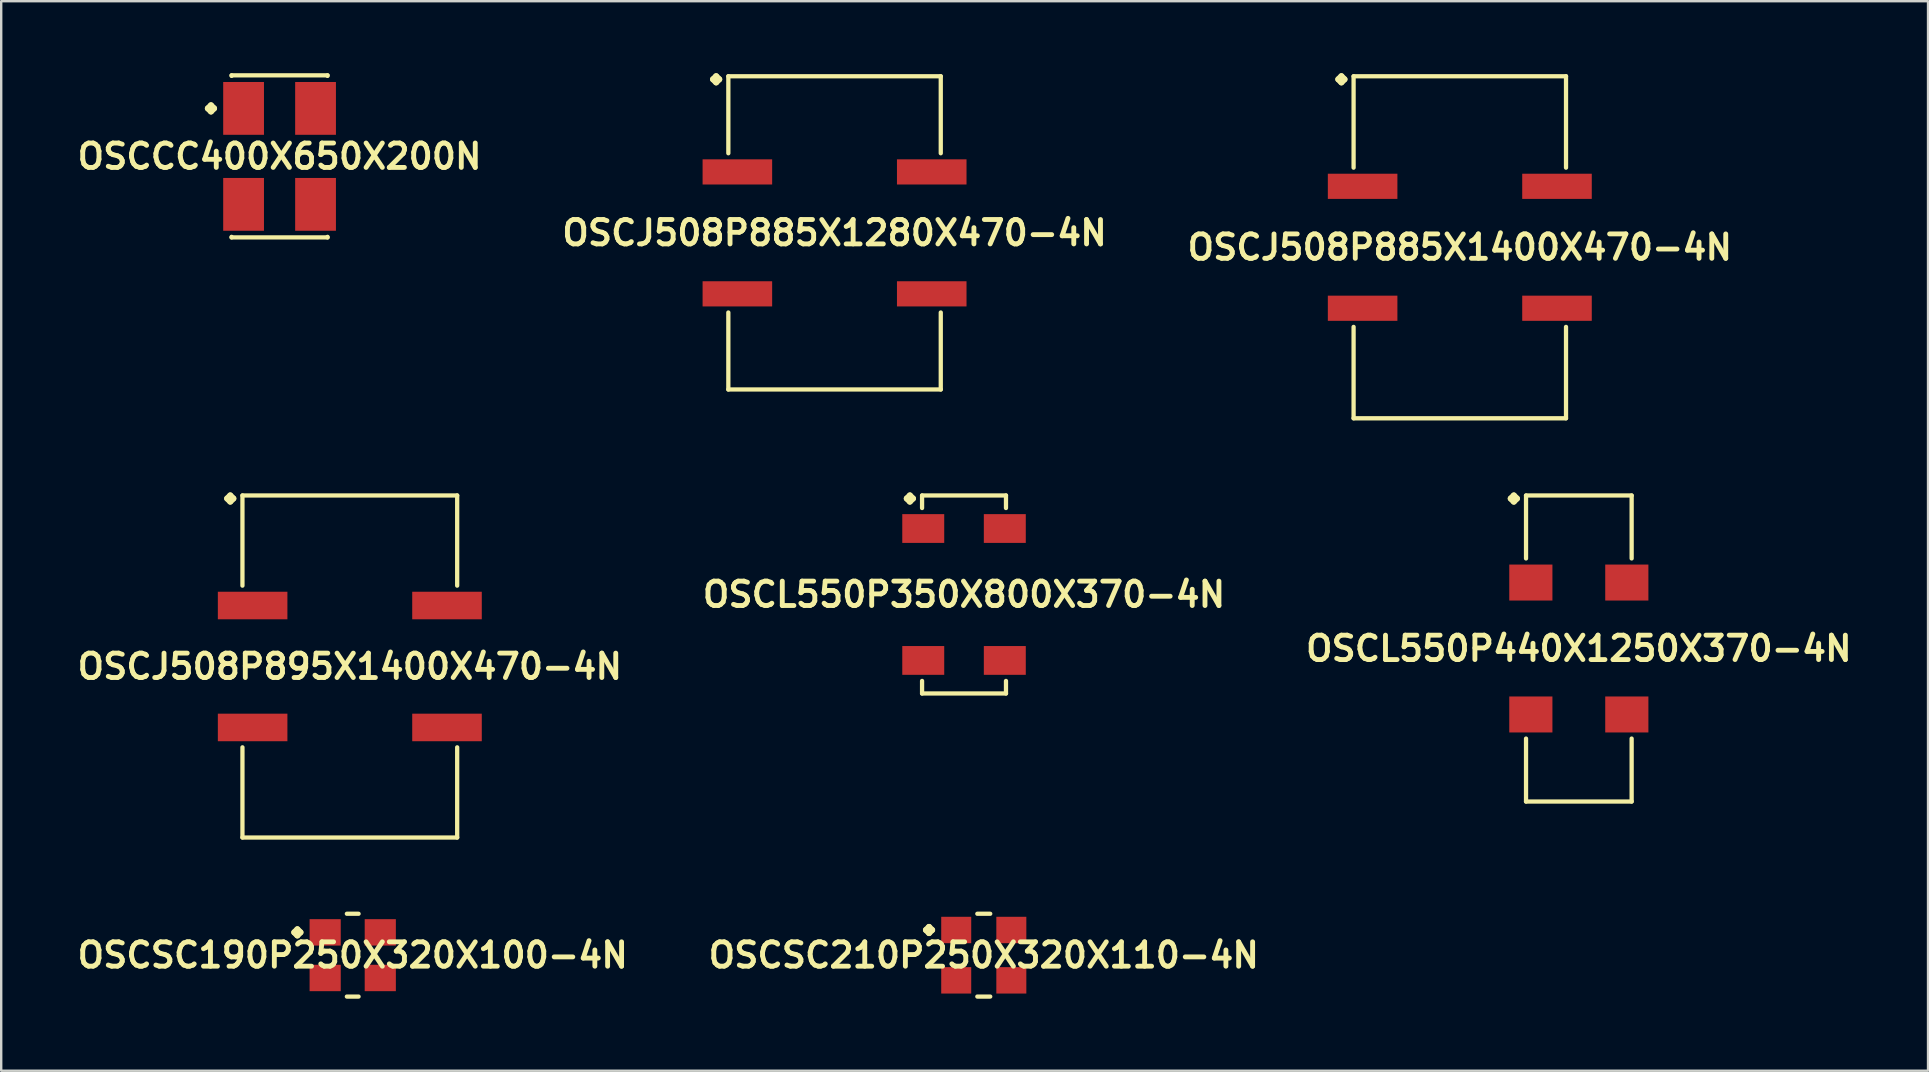
<source format=kicad_pcb>
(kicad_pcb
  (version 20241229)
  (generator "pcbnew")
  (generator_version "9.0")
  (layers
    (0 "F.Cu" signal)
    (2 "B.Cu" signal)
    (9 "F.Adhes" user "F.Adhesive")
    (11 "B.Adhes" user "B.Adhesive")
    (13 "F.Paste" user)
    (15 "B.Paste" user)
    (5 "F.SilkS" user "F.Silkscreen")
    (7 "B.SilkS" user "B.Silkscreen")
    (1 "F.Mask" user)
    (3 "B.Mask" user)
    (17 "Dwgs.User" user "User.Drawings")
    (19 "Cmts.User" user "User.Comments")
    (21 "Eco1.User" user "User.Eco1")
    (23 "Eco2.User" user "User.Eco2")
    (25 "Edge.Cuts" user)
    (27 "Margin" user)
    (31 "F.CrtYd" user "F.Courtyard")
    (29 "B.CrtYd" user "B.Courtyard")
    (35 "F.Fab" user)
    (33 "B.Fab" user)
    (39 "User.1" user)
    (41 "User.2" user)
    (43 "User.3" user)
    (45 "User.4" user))
  (footprint "OSCCC400X650X200N"
    (layer "F.Cu")
    (at 8.597 3.465)
    (property "Reference" "OSCCC400X650X200N" (at 0 0 0) (layer "F.SilkS") (effects (font (size 1.016 1.016) (thickness 0.203))))
    (attr smd)
    (fp_line (start -2.985 -1.999) (end -2.857 -2.126) (stroke (width 0.254) (type solid)) (layer "F.SilkS"))
    (fp_line (start -2.857 -2.126) (end -2.731 -1.999) (stroke (width 0.254) (type solid)) (layer "F.SilkS"))
    (fp_line (start -2.857 -1.872) (end -2.985 -1.999) (stroke (width 0.254) (type solid)) (layer "F.SilkS"))
    (fp_line (start -2.731 -1.999) (end -2.857 -1.872) (stroke (width 0.254) (type solid)) (layer "F.SilkS"))
    (fp_line (start -1.999 -3.376) (end 1.999 -3.376) (stroke (width 0.178) (type solid)) (layer "F.SilkS"))
    (fp_line (start -1.999 -3.353) (end -1.999 -3.376) (stroke (width 0.178) (type solid)) (layer "F.SilkS"))
    (fp_line (start -1.999 3.353) (end -1.999 3.376) (stroke (width 0.178) (type solid)) (layer "F.SilkS"))
    (fp_line (start -1.999 3.376) (end 1.999 3.376) (stroke (width 0.178) (type solid)) (layer "F.SilkS"))
    (fp_line (start 1.999 -3.376) (end 1.999 -3.353) (stroke (width 0.178) (type solid)) (layer "F.SilkS"))
    (fp_line (start 1.999 3.376) (end 1.999 3.353) (stroke (width 0.178) (type solid)) (layer "F.SilkS"))
    (pad "1" smd rect (at -1.499 -1.999) (size 1.699 2.2) (layers "F.Cu" "F.Mask" "F.Paste"))
    (pad "2" smd rect (at -1.499 1.999) (size 1.699 2.2) (layers "F.Cu" "F.Mask" "F.Paste"))
    (pad "3" smd rect (at 1.499 1.999) (size 1.699 2.2) (layers "F.Cu" "F.Mask" "F.Paste"))
    (pad "4" smd rect (at 1.499 -1.999) (size 1.699 2.2) (layers "F.Cu" "F.Mask" "F.Paste")))
  (footprint "OSCL550P440X1250X370-4N"
    (layer "F.Cu")
    (at 62.727 23.968)
    (property "Reference" "OSCL550P440X1250X370-4N" (at 0 0 0) (layer "F.SilkS") (effects (font (size 1.016 1.016) (thickness 0.203))))
    (attr smd)
    (fp_line (start -2.835 -6.248) (end -2.708 -6.375) (stroke (width 0.254) (type solid)) (layer "F.SilkS"))
    (fp_line (start -2.708 -6.375) (end -2.581 -6.248) (stroke (width 0.254) (type solid)) (layer "F.SilkS"))
    (fp_line (start -2.708 -6.121) (end -2.835 -6.248) (stroke (width 0.254) (type solid)) (layer "F.SilkS"))
    (fp_line (start -2.581 -6.248) (end -2.708 -6.121) (stroke (width 0.254) (type solid)) (layer "F.SilkS"))
    (fp_line (start -2.2 -6.375) (end 2.2 -6.375) (stroke (width 0.178) (type solid)) (layer "F.SilkS"))
    (fp_line (start -2.2 -3.752) (end -2.2 -6.375) (stroke (width 0.178) (type solid)) (layer "F.SilkS"))
    (fp_line (start -2.2 3.752) (end -2.2 6.375) (stroke (width 0.178) (type solid)) (layer "F.SilkS"))
    (fp_line (start -2.2 6.375) (end 2.2 6.375) (stroke (width 0.178) (type solid)) (layer "F.SilkS"))
    (fp_line (start 2.2 -6.375) (end 2.2 -3.752) (stroke (width 0.178) (type solid)) (layer "F.SilkS"))
    (fp_line (start 2.2 6.375) (end 2.2 3.752) (stroke (width 0.178) (type solid)) (layer "F.SilkS"))
    (pad "1" smd rect (at -1.999 -2.748) (size 1.798 1.499) (layers "F.Cu" "F.Mask" "F.Paste"))
    (pad "2" smd rect (at -1.999 2.748) (size 1.798 1.499) (layers "F.Cu" "F.Mask" "F.Paste"))
    (pad "3" smd rect (at 1.999 2.748) (size 1.798 1.499) (layers "F.Cu" "F.Mask" "F.Paste"))
    (pad "4" smd rect (at 1.999 -2.748) (size 1.798 1.499) (layers "F.Cu" "F.Mask" "F.Paste")))
  (footprint "OSCSC210P250X320X110-4N"
    (layer "F.Cu")
    (at 37.936 36.744)
    (property "Reference" "OSCSC210P250X320X110-4N" (at 0 0 0) (layer "F.SilkS") (effects (font (size 1.016 1.016) (thickness 0.203))))
    (attr smd)
    (fp_line (start -2.408 -1.049) (end -2.281 -1.176) (stroke (width 0.254) (type solid)) (layer "F.SilkS"))
    (fp_line (start -2.281 -1.176) (end -2.154 -1.049) (stroke (width 0.254) (type solid)) (layer "F.SilkS"))
    (fp_line (start -2.281 -0.922) (end -2.408 -1.049) (stroke (width 0.254) (type solid)) (layer "F.SilkS"))
    (fp_line (start -2.154 -1.049) (end -2.281 -0.922) (stroke (width 0.254) (type solid)) (layer "F.SilkS"))
    (fp_line (start -0.269 -1.725) (end 0.269 -1.725) (stroke (width 0.178) (type solid)) (layer "F.SilkS"))
    (fp_line (start -0.269 1.725) (end 0.269 1.725) (stroke (width 0.178) (type solid)) (layer "F.SilkS"))
    (pad "1" smd rect (at -1.148 -1.049) (size 1.25 1.1) (layers "F.Cu" "F.Mask" "F.Paste"))
    (pad "2" smd rect (at -1.148 1.049) (size 1.25 1.1) (layers "F.Cu" "F.Mask" "F.Paste"))
    (pad "3" smd rect (at 1.148 1.049) (size 1.25 1.1) (layers "F.Cu" "F.Mask" "F.Paste"))
    (pad "4" smd rect (at 1.148 -1.049) (size 1.25 1.1) (layers "F.Cu" "F.Mask" "F.Paste")))
  (footprint "OSCSC190P250X320X100-4N"
    (layer "F.Cu")
    (at 11.645 36.744)
    (property "Reference" "OSCSC190P250X320X100-4N" (at 0 0 0) (layer "F.SilkS") (effects (font (size 1.016 1.016) (thickness 0.203))))
    (attr smd)
    (fp_line (start -2.433 -0.95) (end -2.306 -1.077) (stroke (width 0.254) (type solid)) (layer "F.SilkS"))
    (fp_line (start -2.306 -1.077) (end -2.179 -0.95) (stroke (width 0.254) (type solid)) (layer "F.SilkS"))
    (fp_line (start -2.306 -0.823) (end -2.433 -0.95) (stroke (width 0.254) (type solid)) (layer "F.SilkS"))
    (fp_line (start -2.179 -0.95) (end -2.306 -0.823) (stroke (width 0.254) (type solid)) (layer "F.SilkS"))
    (fp_line (start -0.244 -1.725) (end 0.244 -1.725) (stroke (width 0.178) (type solid)) (layer "F.SilkS"))
    (fp_line (start -0.244 1.725) (end 0.244 1.725) (stroke (width 0.178) (type solid)) (layer "F.SilkS"))
    (pad "1" smd rect (at -1.148 -0.95) (size 1.298 1.1) (layers "F.Cu" "F.Mask" "F.Paste"))
    (pad "2" smd rect (at -1.148 0.95) (size 1.298 1.1) (layers "F.Cu" "F.Mask" "F.Paste"))
    (pad "3" smd rect (at 1.148 0.95) (size 1.298 1.1) (layers "F.Cu" "F.Mask" "F.Paste"))
    (pad "4" smd rect (at 1.148 -0.95) (size 1.298 1.1) (layers "F.Cu" "F.Mask" "F.Paste")))
  (footprint "OSCL550P350X800X370-4N"
    (layer "F.Cu")
    (at 37.113 21.717)
    (property "Reference" "OSCL550P350X800X370-4N" (at 0 0 0) (layer "F.SilkS") (effects (font (size 1.016 1.016) (thickness 0.203))))
    (attr smd)
    (fp_line (start -2.383 -3.998) (end -2.256 -4.125) (stroke (width 0.254) (type solid)) (layer "F.SilkS"))
    (fp_line (start -2.256 -4.125) (end -2.129 -3.998) (stroke (width 0.254) (type solid)) (layer "F.SilkS"))
    (fp_line (start -2.256 -3.871) (end -2.383 -3.998) (stroke (width 0.254) (type solid)) (layer "F.SilkS"))
    (fp_line (start -2.129 -3.998) (end -2.256 -3.871) (stroke (width 0.254) (type solid)) (layer "F.SilkS"))
    (fp_line (start -1.748 -4.125) (end 1.748 -4.125) (stroke (width 0.178) (type solid)) (layer "F.SilkS"))
    (fp_line (start -1.748 -3.602) (end -1.748 -4.125) (stroke (width 0.178) (type solid)) (layer "F.SilkS"))
    (fp_line (start -1.748 3.602) (end -1.748 4.125) (stroke (width 0.178) (type solid)) (layer "F.SilkS"))
    (fp_line (start -1.748 4.125) (end 1.748 4.125) (stroke (width 0.178) (type solid)) (layer "F.SilkS"))
    (fp_line (start 1.748 -4.125) (end 1.748 -3.602) (stroke (width 0.178) (type solid)) (layer "F.SilkS"))
    (fp_line (start 1.748 4.125) (end 1.748 3.602) (stroke (width 0.178) (type solid)) (layer "F.SilkS"))
    (pad "1" smd rect (at -1.699 -2.748) (size 1.748 1.199) (layers "F.Cu" "F.Mask" "F.Paste"))
    (pad "2" smd rect (at -1.699 2.748) (size 1.748 1.199) (layers "F.Cu" "F.Mask" "F.Paste"))
    (pad "3" smd rect (at 1.699 2.748) (size 1.748 1.199) (layers "F.Cu" "F.Mask" "F.Paste"))
    (pad "4" smd rect (at 1.699 -2.748) (size 1.748 1.199) (layers "F.Cu" "F.Mask" "F.Paste")))
  (footprint "OSCJ508P895X1400X470-4N"
    (layer "F.Cu")
    (at 11.524 24.717)
    (property "Reference" "OSCJ508P895X1400X470-4N" (at 0 0 0) (layer "F.SilkS") (effects (font (size 1.016 1.016) (thickness 0.203))))
    (attr smd)
    (fp_line (start -5.108 -6.998) (end -4.981 -7.125) (stroke (width 0.254) (type solid)) (layer "F.SilkS"))
    (fp_line (start -4.981 -7.125) (end -4.854 -6.998) (stroke (width 0.254) (type solid)) (layer "F.SilkS"))
    (fp_line (start -4.981 -6.871) (end -5.108 -6.998) (stroke (width 0.254) (type solid)) (layer "F.SilkS"))
    (fp_line (start -4.854 -6.998) (end -4.981 -6.871) (stroke (width 0.254) (type solid)) (layer "F.SilkS"))
    (fp_line (start -4.473 -7.125) (end 4.473 -7.125) (stroke (width 0.178) (type solid)) (layer "F.SilkS"))
    (fp_line (start -4.473 -3.368) (end -4.473 -7.125) (stroke (width 0.178) (type solid)) (layer "F.SilkS"))
    (fp_line (start -4.473 3.368) (end -4.473 7.125) (stroke (width 0.178) (type solid)) (layer "F.SilkS"))
    (fp_line (start -4.473 7.125) (end 4.473 7.125) (stroke (width 0.178) (type solid)) (layer "F.SilkS"))
    (fp_line (start 4.473 -7.125) (end 4.473 -3.368) (stroke (width 0.178) (type solid)) (layer "F.SilkS"))
    (fp_line (start 4.473 7.125) (end 4.473 3.368) (stroke (width 0.178) (type solid)) (layer "F.SilkS"))
    (pad "1" smd rect (at -4.049 -2.54) (size 2.898 1.148) (layers "F.Cu" "F.Mask" "F.Paste"))
    (pad "2" smd rect (at -4.049 2.54) (size 2.898 1.148) (layers "F.Cu" "F.Mask" "F.Paste"))
    (pad "3" smd rect (at 4.049 2.54) (size 2.898 1.148) (layers "F.Cu" "F.Mask" "F.Paste"))
    (pad "4" smd rect (at 4.049 -2.54) (size 2.898 1.148) (layers "F.Cu" "F.Mask" "F.Paste")))
  (footprint "OSCJ508P885X1280X470-4N"
    (layer "F.Cu")
    (at 31.719 6.652)
    (property "Reference" "OSCJ508P885X1280X470-4N" (at 0 0 0) (layer "F.SilkS") (effects (font (size 1.016 1.016) (thickness 0.203))))
    (attr smd)
    (fp_line (start -5.06 -6.398) (end -4.933 -6.525) (stroke (width 0.254) (type solid)) (layer "F.SilkS"))
    (fp_line (start -4.933 -6.525) (end -4.806 -6.398) (stroke (width 0.254) (type solid)) (layer "F.SilkS"))
    (fp_line (start -4.933 -6.271) (end -5.06 -6.398) (stroke (width 0.254) (type solid)) (layer "F.SilkS"))
    (fp_line (start -4.806 -6.398) (end -4.933 -6.271) (stroke (width 0.254) (type solid)) (layer "F.SilkS"))
    (fp_line (start -4.425 -6.525) (end 4.425 -6.525) (stroke (width 0.178) (type solid)) (layer "F.SilkS"))
    (fp_line (start -4.425 -3.317) (end -4.425 -6.525) (stroke (width 0.178) (type solid)) (layer "F.SilkS"))
    (fp_line (start -4.425 3.317) (end -4.425 6.525) (stroke (width 0.178) (type solid)) (layer "F.SilkS"))
    (fp_line (start -4.425 6.525) (end 4.425 6.525) (stroke (width 0.178) (type solid)) (layer "F.SilkS"))
    (fp_line (start 4.425 -6.525) (end 4.425 -3.317) (stroke (width 0.178) (type solid)) (layer "F.SilkS"))
    (fp_line (start 4.425 6.525) (end 4.425 3.317) (stroke (width 0.178) (type solid)) (layer "F.SilkS"))
    (pad "1" smd rect (at -4.049 -2.54) (size 2.898 1.049) (layers "F.Cu" "F.Mask" "F.Paste"))
    (pad "2" smd rect (at -4.049 2.54) (size 2.898 1.049) (layers "F.Cu" "F.Mask" "F.Paste"))
    (pad "3" smd rect (at 4.049 2.54) (size 2.898 1.049) (layers "F.Cu" "F.Mask" "F.Paste"))
    (pad "4" smd rect (at 4.049 -2.54) (size 2.898 1.049) (layers "F.Cu" "F.Mask" "F.Paste")))
  (footprint "OSCJ508P885X1400X470-4N"
    (layer "F.Cu")
    (at 57.768 7.252)
    (property "Reference" "OSCJ508P885X1400X470-4N" (at 0 0 0) (layer "F.SilkS") (effects (font (size 1.016 1.016) (thickness 0.203))))
    (attr smd)
    (fp_line (start -5.06 -6.998) (end -4.933 -7.125) (stroke (width 0.254) (type solid)) (layer "F.SilkS"))
    (fp_line (start -4.933 -7.125) (end -4.806 -6.998) (stroke (width 0.254) (type solid)) (layer "F.SilkS"))
    (fp_line (start -4.933 -6.871) (end -5.06 -6.998) (stroke (width 0.254) (type solid)) (layer "F.SilkS"))
    (fp_line (start -4.806 -6.998) (end -4.933 -6.871) (stroke (width 0.254) (type solid)) (layer "F.SilkS"))
    (fp_line (start -4.425 -7.125) (end 4.425 -7.125) (stroke (width 0.178) (type solid)) (layer "F.SilkS"))
    (fp_line (start -4.425 -3.317) (end -4.425 -7.125) (stroke (width 0.178) (type solid)) (layer "F.SilkS"))
    (fp_line (start -4.425 3.317) (end -4.425 7.125) (stroke (width 0.178) (type solid)) (layer "F.SilkS"))
    (fp_line (start -4.425 7.125) (end 4.425 7.125) (stroke (width 0.178) (type solid)) (layer "F.SilkS"))
    (fp_line (start 4.425 -7.125) (end 4.425 -3.317) (stroke (width 0.178) (type solid)) (layer "F.SilkS"))
    (fp_line (start 4.425 7.125) (end 4.425 3.317) (stroke (width 0.178) (type solid)) (layer "F.SilkS"))
    (pad "1" smd rect (at -4.049 -2.54) (size 2.898 1.049) (layers "F.Cu" "F.Mask" "F.Paste"))
    (pad "2" smd rect (at -4.049 2.54) (size 2.898 1.049) (layers "F.Cu" "F.Mask" "F.Paste"))
    (pad "3" smd rect (at 4.049 2.54) (size 2.898 1.049) (layers "F.Cu" "F.Mask" "F.Paste"))
    (pad "4" smd rect (at 4.049 -2.54) (size 2.898 1.049) (layers "F.Cu" "F.Mask" "F.Paste")))
  (gr_rect
    (start -3 -3)
    (end 77.275 41.558)
    (stroke (width 0.1) (type default))
    (fill no)
    (layer "Edge.Cuts")))
</source>
